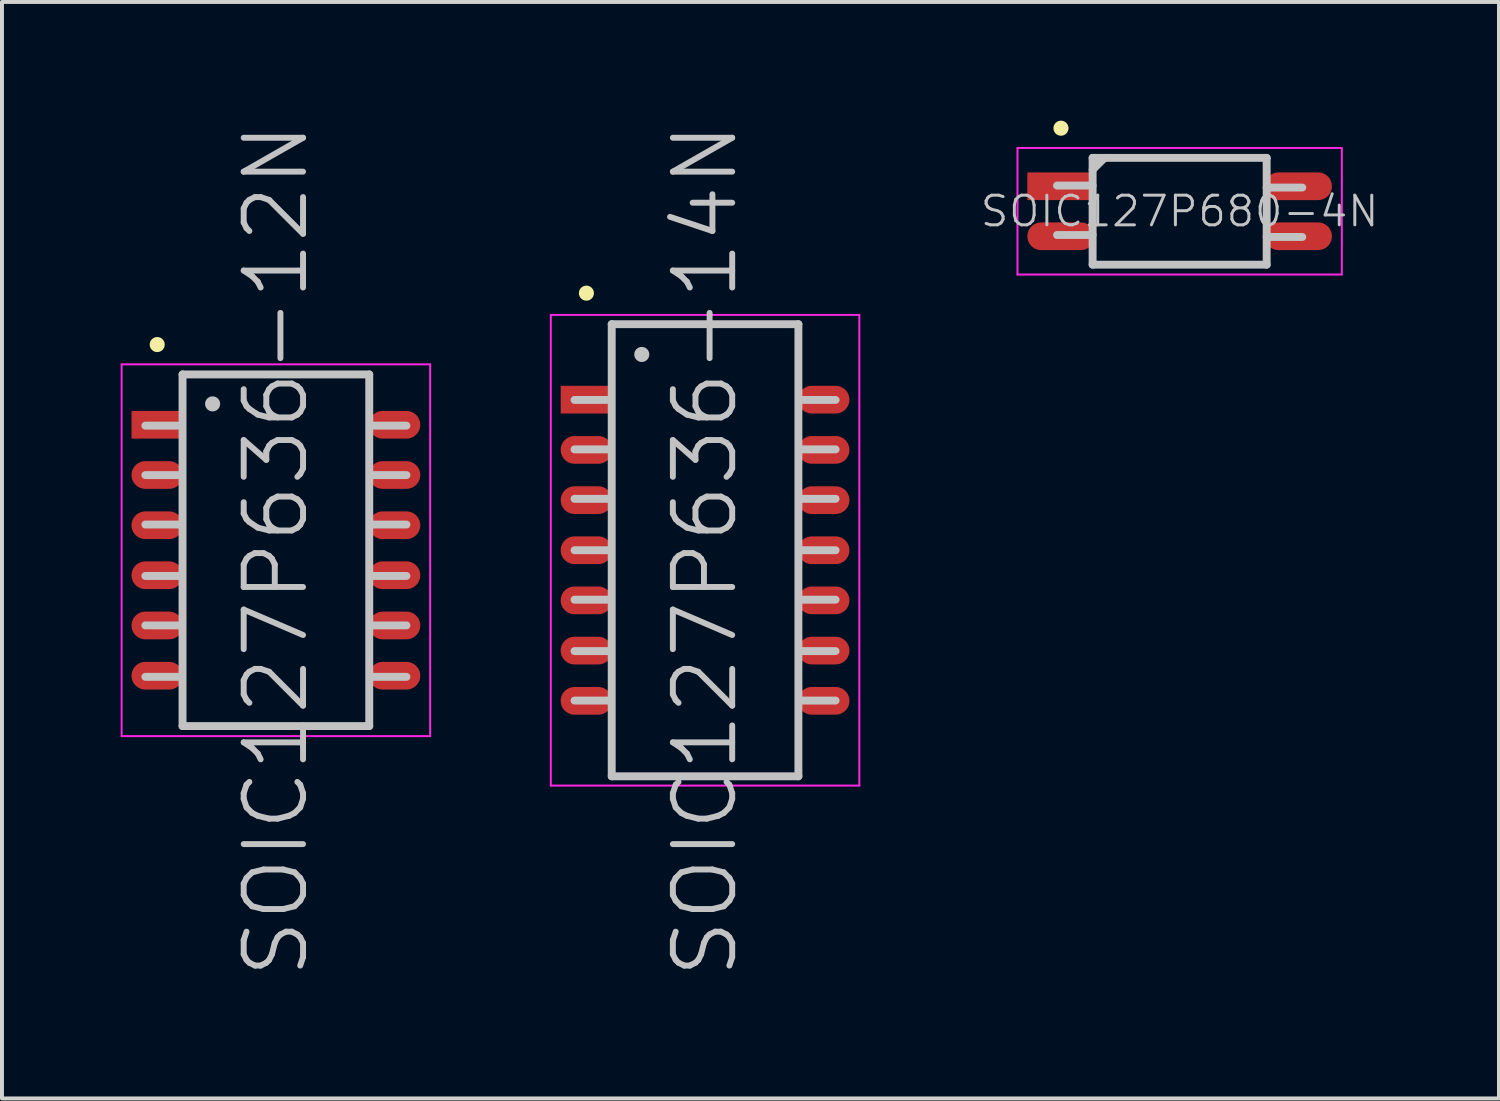
<source format=kicad_pcb>
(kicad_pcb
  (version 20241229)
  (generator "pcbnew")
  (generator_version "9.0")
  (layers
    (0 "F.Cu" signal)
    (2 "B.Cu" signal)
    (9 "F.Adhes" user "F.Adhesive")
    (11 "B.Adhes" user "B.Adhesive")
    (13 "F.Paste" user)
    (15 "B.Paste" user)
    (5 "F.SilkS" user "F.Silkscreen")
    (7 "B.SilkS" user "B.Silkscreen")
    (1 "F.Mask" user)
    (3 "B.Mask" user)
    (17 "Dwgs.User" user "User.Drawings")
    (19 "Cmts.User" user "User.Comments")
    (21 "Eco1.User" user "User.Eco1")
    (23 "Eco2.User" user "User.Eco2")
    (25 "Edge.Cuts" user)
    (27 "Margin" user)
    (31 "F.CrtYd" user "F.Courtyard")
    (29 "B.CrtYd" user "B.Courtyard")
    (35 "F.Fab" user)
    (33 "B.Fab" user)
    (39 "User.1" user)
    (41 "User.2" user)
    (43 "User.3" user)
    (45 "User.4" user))
  (footprint "SOIC127P636-14N"
    (layer "F.Cu")
    (at 14.775 10.861)
    (property "Reference" "SOIC127P636-14N" (at 0 0 90) (layer "Dwgs.User") (effects (font (size 1.5 1.5) (thickness 0.15))))
    (attr smd)
    (fp_line (start -3 -6.5) (end -3 -6.5) (stroke (width 0.381) (type solid)) (layer "F.SilkS"))
    (fp_line (start -2.4 -3.8) (end -3.3 -3.8) (stroke (width 0.2) (type solid)) (layer "Dwgs.User"))
    (fp_line (start -2.4 -2.55) (end -3.3 -2.55) (stroke (width 0.2) (type solid)) (layer "Dwgs.User"))
    (fp_line (start -2.4 -1.3) (end -3.3 -1.3) (stroke (width 0.2) (type solid)) (layer "Dwgs.User"))
    (fp_line (start -2.4 0) (end -3.3 0) (stroke (width 0.2) (type solid)) (layer "Dwgs.User"))
    (fp_line (start -2.4 1.25) (end -3.3 1.25) (stroke (width 0.2) (type solid)) (layer "Dwgs.User"))
    (fp_line (start -2.4 2.55) (end -3.3 2.55) (stroke (width 0.2) (type solid)) (layer "Dwgs.User"))
    (fp_line (start -2.4 3.8) (end -3.3 3.8) (stroke (width 0.2) (type solid)) (layer "Dwgs.User"))
    (fp_line (start -2.36 -5.715) (end -2.36 5.715) (stroke (width 0.2) (type solid)) (layer "Dwgs.User"))
    (fp_line (start -2.36 -5.715) (end 2.36 -5.715) (stroke (width 0.2) (type solid)) (layer "Dwgs.User"))
    (fp_line (start -2.36 5.715) (end 2.36 5.715) (stroke (width 0.2) (type solid)) (layer "Dwgs.User"))
    (fp_line (start -1.6 -4.95) (end -1.6 -4.95) (stroke (width 0.381) (type solid)) (layer "Dwgs.User"))
    (fp_line (start 2.36 -5.715) (end 2.36 5.715) (stroke (width 0.2) (type solid)) (layer "Dwgs.User"))
    (fp_line (start 3.3 -3.8) (end 2.4 -3.8) (stroke (width 0.2) (type solid)) (layer "Dwgs.User"))
    (fp_line (start 3.3 -2.55) (end 2.4 -2.55) (stroke (width 0.2) (type solid)) (layer "Dwgs.User"))
    (fp_line (start 3.3 -1.3) (end 2.4 -1.3) (stroke (width 0.2) (type solid)) (layer "Dwgs.User"))
    (fp_line (start 3.3 0) (end 2.4 0) (stroke (width 0.2) (type solid)) (layer "Dwgs.User"))
    (fp_line (start 3.3 1.25) (end 2.4 1.25) (stroke (width 0.2) (type solid)) (layer "Dwgs.User"))
    (fp_line (start 3.3 2.55) (end 2.4 2.55) (stroke (width 0.2) (type solid)) (layer "Dwgs.User"))
    (fp_line (start 3.3 3.8) (end 2.4 3.8) (stroke (width 0.2) (type solid)) (layer "Dwgs.User"))
    (fp_line (start -3.9 -5.95) (end -3.9 5.95) (stroke (width 0.05) (type solid)) (layer "F.CrtYd"))
    (fp_line (start -3.9 -5.95) (end 3.9 -5.95) (stroke (width 0.05) (type solid)) (layer "F.CrtYd"))
    (fp_line (start -3.9 5.95) (end 3.9 5.95) (stroke (width 0.05) (type solid)) (layer "F.CrtYd"))
    (fp_line (start 3.9 -5.95) (end 3.9 5.95) (stroke (width 0.05) (type solid)) (layer "F.CrtYd"))
    (pad "1" smd rect (at -3 -3.807 90) (size 0.7 1.3) (layers "F.Cu" "F.Mask" "F.Paste"))
    (pad "2" smd oval (at -3 -2.537 90) (size 0.7 1.3) (layers "F.Cu" "F.Mask" "F.Paste"))
    (pad "3" smd oval (at -3 -1.267 90) (size 0.7 1.3) (layers "F.Cu" "F.Mask" "F.Paste"))
    (pad "4" smd oval (at -3 0 90) (size 0.7 1.3) (layers "F.Cu" "F.Mask" "F.Paste"))
    (pad "5" smd oval (at -3 1.267 90) (size 0.7 1.3) (layers "F.Cu" "F.Mask" "F.Paste"))
    (pad "6" smd oval (at -3 2.537 90) (size 0.7 1.3) (layers "F.Cu" "F.Mask" "F.Paste"))
    (pad "7" smd oval (at -3 3.807 90) (size 0.7 1.3) (layers "F.Cu" "F.Mask" "F.Paste"))
    (pad "8" smd oval (at 3 3.807 270) (size 0.7 1.3) (layers "F.Cu" "F.Mask" "F.Paste"))
    (pad "9" smd oval (at 3 2.537 270) (size 0.7 1.3) (layers "F.Cu" "F.Mask" "F.Paste"))
    (pad "10" smd oval (at 3 1.267 270) (size 0.7 1.3) (layers "F.Cu" "F.Mask" "F.Paste"))
    (pad "11" smd oval (at 3 0 270) (size 0.7 1.3) (layers "F.Cu" "F.Mask" "F.Paste"))
    (pad "12" smd oval (at 3 -1.267 270) (size 0.7 1.3) (layers "F.Cu" "F.Mask" "F.Paste"))
    (pad "13" smd oval (at 3 -2.537 270) (size 0.7 1.3) (layers "F.Cu" "F.Mask" "F.Paste"))
    (pad "14" smd oval (at 3 -3.807 270) (size 0.7 1.3) (layers "F.Cu" "F.Mask" "F.Paste")))
  (footprint "SOIC127P680-4N"
    (layer "F.Cu")
    (at 26.773 2.291)
    (property "Reference" "SOIC127P680-4N" (at 0 0 0) (layer "Dwgs.User") (effects (font (size 0.75 0.75) (thickness 0.075))))
    (attr smd)
    (fp_line (start -3 -2.1) (end -3 -2.1) (stroke (width 0.381) (type solid)) (layer "F.SilkS"))
    (fp_line (start -2.2 -1.35) (end -2.2 1.35) (stroke (width 0.2) (type solid)) (layer "Dwgs.User"))
    (fp_line (start -2.2 -1.35) (end 2.2 -1.35) (stroke (width 0.2) (type solid)) (layer "Dwgs.User"))
    (fp_line (start -2.2 -1.05) (end -1.9 -1.35) (stroke (width 0.2) (type solid)) (layer "Dwgs.User"))
    (fp_line (start -2.2 -0.65) (end -3.1 -0.65) (stroke (width 0.2) (type solid)) (layer "Dwgs.User"))
    (fp_line (start -2.2 0.6) (end -3.1 0.6) (stroke (width 0.2) (type solid)) (layer "Dwgs.User"))
    (fp_line (start -2.2 1.35) (end 2.2 1.35) (stroke (width 0.2) (type solid)) (layer "Dwgs.User"))
    (fp_line (start 2.2 -1.35) (end 2.2 1.35) (stroke (width 0.2) (type solid)) (layer "Dwgs.User"))
    (fp_line (start 3.1 -0.6) (end 2.2 -0.6) (stroke (width 0.2) (type solid)) (layer "Dwgs.User"))
    (fp_line (start 3.1 0.65) (end 2.2 0.65) (stroke (width 0.2) (type solid)) (layer "Dwgs.User"))
    (fp_line (start -4.1 -1.6) (end -4.1 1.6) (stroke (width 0.05) (type solid)) (layer "F.CrtYd"))
    (fp_line (start -4.1 -1.6) (end 4.1 -1.6) (stroke (width 0.05) (type solid)) (layer "F.CrtYd"))
    (fp_line (start -4.1 1.6) (end 4.1 1.6) (stroke (width 0.05) (type solid)) (layer "F.CrtYd"))
    (fp_line (start 4.1 -1.6) (end 4.1 1.6) (stroke (width 0.05) (type solid)) (layer "F.CrtYd"))
    (pad "1" smd rect (at -3 -0.632 90) (size 0.7 1.7) (layers "F.Cu" "F.Mask" "F.Paste"))
    (pad "2" smd oval (at -3 0.632 90) (size 0.7 1.7) (layers "F.Cu" "F.Mask" "F.Paste"))
    (pad "3" smd oval (at 3 0.632 270) (size 0.7 1.7) (layers "F.Cu" "F.Mask" "F.Paste"))
    (pad "4" smd oval (at 3 -0.632 270) (size 0.7 1.7) (layers "F.Cu" "F.Mask" "F.Paste")))
  (footprint "SOIC127P636-12N"
    (layer "F.Cu")
    (at 3.925 10.861)
    (property "Reference" "SOIC127P636-12N" (at 0 0 90) (layer "Dwgs.User") (effects (font (size 1.5 1.5) (thickness 0.15))))
    (attr smd)
    (fp_line (start -3 -5.2) (end -3 -5.2) (stroke (width 0.381) (type solid)) (layer "F.SilkS"))
    (fp_line (start -2.4 -3.15) (end -3.3 -3.15) (stroke (width 0.2) (type solid)) (layer "Dwgs.User"))
    (fp_line (start -2.4 -1.9) (end -3.3 -1.9) (stroke (width 0.2) (type solid)) (layer "Dwgs.User"))
    (fp_line (start -2.4 -0.65) (end -3.3 -0.65) (stroke (width 0.2) (type solid)) (layer "Dwgs.User"))
    (fp_line (start -2.4 0.65) (end -3.3 0.65) (stroke (width 0.2) (type solid)) (layer "Dwgs.User"))
    (fp_line (start -2.4 1.9) (end -3.3 1.9) (stroke (width 0.2) (type solid)) (layer "Dwgs.User"))
    (fp_line (start -2.4 3.2) (end -3.3 3.2) (stroke (width 0.2) (type solid)) (layer "Dwgs.User"))
    (fp_line (start -2.36 -4.445) (end -2.36 4.445) (stroke (width 0.2) (type solid)) (layer "Dwgs.User"))
    (fp_line (start -2.36 -4.445) (end 2.36 -4.445) (stroke (width 0.2) (type solid)) (layer "Dwgs.User"))
    (fp_line (start -2.36 4.445) (end 2.36 4.445) (stroke (width 0.2) (type solid)) (layer "Dwgs.User"))
    (fp_line (start -1.6 -3.7) (end -1.6 -3.7) (stroke (width 0.381) (type solid)) (layer "Dwgs.User"))
    (fp_line (start 2.36 -4.445) (end 2.36 4.445) (stroke (width 0.2) (type solid)) (layer "Dwgs.User"))
    (fp_line (start 3.3 -3.15) (end 2.4 -3.15) (stroke (width 0.2) (type solid)) (layer "Dwgs.User"))
    (fp_line (start 3.3 -1.9) (end 2.4 -1.9) (stroke (width 0.2) (type solid)) (layer "Dwgs.User"))
    (fp_line (start 3.3 -0.65) (end 2.4 -0.65) (stroke (width 0.2) (type solid)) (layer "Dwgs.User"))
    (fp_line (start 3.3 0.65) (end 2.4 0.65) (stroke (width 0.2) (type solid)) (layer "Dwgs.User"))
    (fp_line (start 3.3 1.9) (end 2.4 1.9) (stroke (width 0.2) (type solid)) (layer "Dwgs.User"))
    (fp_line (start 3.3 3.2) (end 2.4 3.2) (stroke (width 0.2) (type solid)) (layer "Dwgs.User"))
    (fp_line (start -3.9 -4.7) (end -3.9 4.7) (stroke (width 0.05) (type solid)) (layer "F.CrtYd"))
    (fp_line (start -3.9 -4.7) (end 3.9 -4.7) (stroke (width 0.05) (type solid)) (layer "F.CrtYd"))
    (fp_line (start -3.9 4.7) (end 3.9 4.7) (stroke (width 0.05) (type solid)) (layer "F.CrtYd"))
    (fp_line (start 3.9 -4.7) (end 3.9 4.7) (stroke (width 0.05) (type solid)) (layer "F.CrtYd"))
    (pad "1" smd rect (at -3 -3.172 90) (size 0.7 1.3) (layers "F.Cu" "F.Mask" "F.Paste"))
    (pad "2" smd oval (at -3 -1.902 90) (size 0.7 1.3) (layers "F.Cu" "F.Mask" "F.Paste"))
    (pad "3" smd oval (at -3 -0.632 90) (size 0.7 1.3) (layers "F.Cu" "F.Mask" "F.Paste"))
    (pad "4" smd oval (at -3 0.632 90) (size 0.7 1.3) (layers "F.Cu" "F.Mask" "F.Paste"))
    (pad "5" smd oval (at -3 1.902 90) (size 0.7 1.3) (layers "F.Cu" "F.Mask" "F.Paste"))
    (pad "6" smd oval (at -3 3.172 90) (size 0.7 1.3) (layers "F.Cu" "F.Mask" "F.Paste"))
    (pad "7" smd oval (at 3 3.172 270) (size 0.7 1.3) (layers "F.Cu" "F.Mask" "F.Paste"))
    (pad "8" smd oval (at 3 1.902 270) (size 0.7 1.3) (layers "F.Cu" "F.Mask" "F.Paste"))
    (pad "9" smd oval (at 3 0.632 270) (size 0.7 1.3) (layers "F.Cu" "F.Mask" "F.Paste"))
    (pad "10" smd oval (at 3 -0.632 270) (size 0.7 1.3) (layers "F.Cu" "F.Mask" "F.Paste"))
    (pad "11" smd oval (at 3 -1.902 270) (size 0.7 1.3) (layers "F.Cu" "F.Mask" "F.Paste"))
    (pad "12" smd oval (at 3 -3.172 270) (size 0.7 1.3) (layers "F.Cu" "F.Mask" "F.Paste")))
  (gr_rect
    (start -3 -3)
    (end 34.846 24.721)
    (stroke (width 0.1) (type default))
    (fill no)
    (layer "Edge.Cuts")))
</source>
